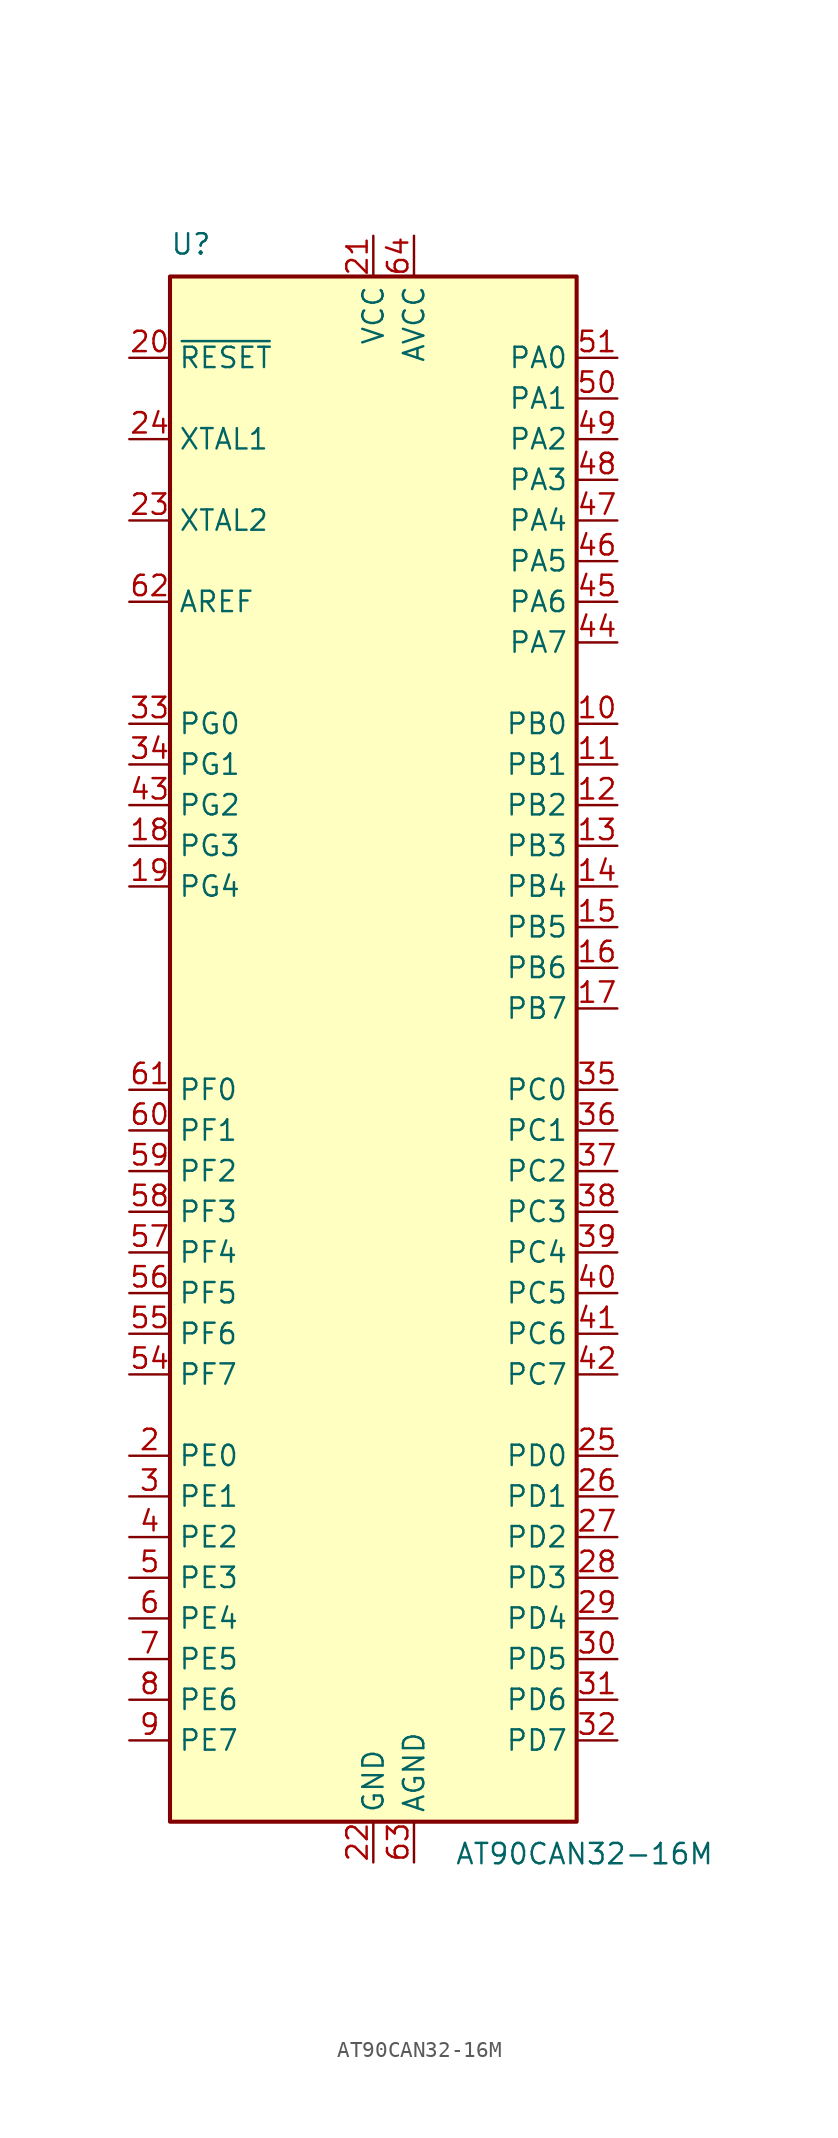
<source format=kicad_sym>
(kicad_symbol_lib
  (version 20201005)
  (generator kicad_symbol_editor)
  (symbol "AT90CAN32-16M"
    (property "Reference" "U"
      (at -12.7 49.53 0)
      (effects (font (size 1.27 1.27)) (justify left bottom)))
    (property "Value" "AT90CAN32-16M"
      (at 5.08 -49.53 0)
      (effects (font (size 1.27 1.27)) (justify left top)))
    (symbol "AT90CAN32-16M_0_1"
      (rectangle (start -12.7 -48.26) (end 12.7 48.26) (stroke (width 0.254)) (fill (type background))))
    (symbol "AT90CAN32-16M_1_1"
      (pin no_connect line (at -12.7 -45.72 0) (length 2.54) hide (name "NC" (effects (font (size 1.27 1.27)))) (number "1" (effects (font (size 1.27 1.27)))))
      (pin bidirectional line (at 15.24 20.32 180) (length 2.54) (name "PB0" (effects (font (size 1.27 1.27)))) (number "10" (effects (font (size 1.27 1.27)))))
      (pin bidirectional line (at 15.24 17.78 180) (length 2.54) (name "PB1" (effects (font (size 1.27 1.27)))) (number "11" (effects (font (size 1.27 1.27)))))
      (pin bidirectional line (at 15.24 15.24 180) (length 2.54) (name "PB2" (effects (font (size 1.27 1.27)))) (number "12" (effects (font (size 1.27 1.27)))))
      (pin bidirectional line (at 15.24 12.7 180) (length 2.54) (name "PB3" (effects (font (size 1.27 1.27)))) (number "13" (effects (font (size 1.27 1.27)))))
      (pin bidirectional line (at 15.24 10.16 180) (length 2.54) (name "PB4" (effects (font (size 1.27 1.27)))) (number "14" (effects (font (size 1.27 1.27)))))
      (pin bidirectional line (at 15.24 7.62 180) (length 2.54) (name "PB5" (effects (font (size 1.27 1.27)))) (number "15" (effects (font (size 1.27 1.27)))))
      (pin bidirectional line (at 15.24 5.08 180) (length 2.54) (name "PB6" (effects (font (size 1.27 1.27)))) (number "16" (effects (font (size 1.27 1.27)))))
      (pin bidirectional line (at 15.24 2.54 180) (length 2.54) (name "PB7" (effects (font (size 1.27 1.27)))) (number "17" (effects (font (size 1.27 1.27)))))
      (pin bidirectional line (at -15.24 12.7 0) (length 2.54) (name "PG3" (effects (font (size 1.27 1.27)))) (number "18" (effects (font (size 1.27 1.27)))))
      (pin bidirectional line (at -15.24 10.16 0) (length 2.54) (name "PG4" (effects (font (size 1.27 1.27)))) (number "19" (effects (font (size 1.27 1.27)))))
      (pin bidirectional line (at -15.24 -25.4 0) (length 2.54) (name "PE0" (effects (font (size 1.27 1.27)))) (number "2" (effects (font (size 1.27 1.27)))))
      (pin input line (at -15.24 43.18 0) (length 2.54) (name "~RESET" (effects (font (size 1.27 1.27)))) (number "20" (effects (font (size 1.27 1.27)))))
      (pin power_in line (at 0 50.8 270) (length 2.54) (name "VCC" (effects (font (size 1.27 1.27)))) (number "21" (effects (font (size 1.27 1.27)))))
      (pin power_in line (at 0 -50.8 90) (length 2.54) (name "GND" (effects (font (size 1.27 1.27)))) (number "22" (effects (font (size 1.27 1.27)))))
      (pin output line (at -15.24 33.02 0) (length 2.54) (name "XTAL2" (effects (font (size 1.27 1.27)))) (number "23" (effects (font (size 1.27 1.27)))))
      (pin input line (at -15.24 38.1 0) (length 2.54) (name "XTAL1" (effects (font (size 1.27 1.27)))) (number "24" (effects (font (size 1.27 1.27)))))
      (pin bidirectional line (at 15.24 -25.4 180) (length 2.54) (name "PD0" (effects (font (size 1.27 1.27)))) (number "25" (effects (font (size 1.27 1.27)))))
      (pin bidirectional line (at 15.24 -27.94 180) (length 2.54) (name "PD1" (effects (font (size 1.27 1.27)))) (number "26" (effects (font (size 1.27 1.27)))))
      (pin bidirectional line (at 15.24 -30.48 180) (length 2.54) (name "PD2" (effects (font (size 1.27 1.27)))) (number "27" (effects (font (size 1.27 1.27)))))
      (pin bidirectional line (at 15.24 -33.02 180) (length 2.54) (name "PD3" (effects (font (size 1.27 1.27)))) (number "28" (effects (font (size 1.27 1.27)))))
      (pin bidirectional line (at 15.24 -35.56 180) (length 2.54) (name "PD4" (effects (font (size 1.27 1.27)))) (number "29" (effects (font (size 1.27 1.27)))))
      (pin bidirectional line (at -15.24 -27.94 0) (length 2.54) (name "PE1" (effects (font (size 1.27 1.27)))) (number "3" (effects (font (size 1.27 1.27)))))
      (pin bidirectional line (at 15.24 -38.1 180) (length 2.54) (name "PD5" (effects (font (size 1.27 1.27)))) (number "30" (effects (font (size 1.27 1.27)))))
      (pin bidirectional line (at 15.24 -40.64 180) (length 2.54) (name "PD6" (effects (font (size 1.27 1.27)))) (number "31" (effects (font (size 1.27 1.27)))))
      (pin bidirectional line (at 15.24 -43.18 180) (length 2.54) (name "PD7" (effects (font (size 1.27 1.27)))) (number "32" (effects (font (size 1.27 1.27)))))
      (pin bidirectional line (at -15.24 20.32 0) (length 2.54) (name "PG0" (effects (font (size 1.27 1.27)))) (number "33" (effects (font (size 1.27 1.27)))))
      (pin bidirectional line (at -15.24 17.78 0) (length 2.54) (name "PG1" (effects (font (size 1.27 1.27)))) (number "34" (effects (font (size 1.27 1.27)))))
      (pin bidirectional line (at 15.24 -2.54 180) (length 2.54) (name "PC0" (effects (font (size 1.27 1.27)))) (number "35" (effects (font (size 1.27 1.27)))))
      (pin bidirectional line (at 15.24 -5.08 180) (length 2.54) (name "PC1" (effects (font (size 1.27 1.27)))) (number "36" (effects (font (size 1.27 1.27)))))
      (pin bidirectional line (at 15.24 -7.62 180) (length 2.54) (name "PC2" (effects (font (size 1.27 1.27)))) (number "37" (effects (font (size 1.27 1.27)))))
      (pin bidirectional line (at 15.24 -10.16 180) (length 2.54) (name "PC3" (effects (font (size 1.27 1.27)))) (number "38" (effects (font (size 1.27 1.27)))))
      (pin bidirectional line (at 15.24 -12.7 180) (length 2.54) (name "PC4" (effects (font (size 1.27 1.27)))) (number "39" (effects (font (size 1.27 1.27)))))
      (pin bidirectional line (at -15.24 -30.48 0) (length 2.54) (name "PE2" (effects (font (size 1.27 1.27)))) (number "4" (effects (font (size 1.27 1.27)))))
      (pin bidirectional line (at 15.24 -15.24 180) (length 2.54) (name "PC5" (effects (font (size 1.27 1.27)))) (number "40" (effects (font (size 1.27 1.27)))))
      (pin bidirectional line (at 15.24 -17.78 180) (length 2.54) (name "PC6" (effects (font (size 1.27 1.27)))) (number "41" (effects (font (size 1.27 1.27)))))
      (pin bidirectional line (at 15.24 -20.32 180) (length 2.54) (name "PC7" (effects (font (size 1.27 1.27)))) (number "42" (effects (font (size 1.27 1.27)))))
      (pin bidirectional line (at -15.24 15.24 0) (length 2.54) (name "PG2" (effects (font (size 1.27 1.27)))) (number "43" (effects (font (size 1.27 1.27)))))
      (pin bidirectional line (at 15.24 25.4 180) (length 2.54) (name "PA7" (effects (font (size 1.27 1.27)))) (number "44" (effects (font (size 1.27 1.27)))))
      (pin bidirectional line (at 15.24 27.94 180) (length 2.54) (name "PA6" (effects (font (size 1.27 1.27)))) (number "45" (effects (font (size 1.27 1.27)))))
      (pin bidirectional line (at 15.24 30.48 180) (length 2.54) (name "PA5" (effects (font (size 1.27 1.27)))) (number "46" (effects (font (size 1.27 1.27)))))
      (pin bidirectional line (at 15.24 33.02 180) (length 2.54) (name "PA4" (effects (font (size 1.27 1.27)))) (number "47" (effects (font (size 1.27 1.27)))))
      (pin bidirectional line (at 15.24 35.56 180) (length 2.54) (name "PA3" (effects (font (size 1.27 1.27)))) (number "48" (effects (font (size 1.27 1.27)))))
      (pin bidirectional line (at 15.24 38.1 180) (length 2.54) (name "PA2" (effects (font (size 1.27 1.27)))) (number "49" (effects (font (size 1.27 1.27)))))
      (pin bidirectional line (at -15.24 -33.02 0) (length 2.54) (name "PE3" (effects (font (size 1.27 1.27)))) (number "5" (effects (font (size 1.27 1.27)))))
      (pin bidirectional line (at 15.24 40.64 180) (length 2.54) (name "PA1" (effects (font (size 1.27 1.27)))) (number "50" (effects (font (size 1.27 1.27)))))
      (pin bidirectional line (at 15.24 43.18 180) (length 2.54) (name "PA0" (effects (font (size 1.27 1.27)))) (number "51" (effects (font (size 1.27 1.27)))))
      (pin passive line (at 0 50.8 270) (length 2.54) hide (name "VCC" (effects (font (size 1.27 1.27)))) (number "52" (effects (font (size 1.27 1.27)))))
      (pin passive line (at 0 -50.8 90) (length 2.54) hide (name "GND" (effects (font (size 1.27 1.27)))) (number "53" (effects (font (size 1.27 1.27)))))
      (pin bidirectional line (at -15.24 -20.32 0) (length 2.54) (name "PF7" (effects (font (size 1.27 1.27)))) (number "54" (effects (font (size 1.27 1.27)))))
      (pin bidirectional line (at -15.24 -17.78 0) (length 2.54) (name "PF6" (effects (font (size 1.27 1.27)))) (number "55" (effects (font (size 1.27 1.27)))))
      (pin bidirectional line (at -15.24 -15.24 0) (length 2.54) (name "PF5" (effects (font (size 1.27 1.27)))) (number "56" (effects (font (size 1.27 1.27)))))
      (pin bidirectional line (at -15.24 -12.7 0) (length 2.54) (name "PF4" (effects (font (size 1.27 1.27)))) (number "57" (effects (font (size 1.27 1.27)))))
      (pin bidirectional line (at -15.24 -10.16 0) (length 2.54) (name "PF3" (effects (font (size 1.27 1.27)))) (number "58" (effects (font (size 1.27 1.27)))))
      (pin bidirectional line (at -15.24 -7.62 0) (length 2.54) (name "PF2" (effects (font (size 1.27 1.27)))) (number "59" (effects (font (size 1.27 1.27)))))
      (pin bidirectional line (at -15.24 -35.56 0) (length 2.54) (name "PE4" (effects (font (size 1.27 1.27)))) (number "6" (effects (font (size 1.27 1.27)))))
      (pin bidirectional line (at -15.24 -5.08 0) (length 2.54) (name "PF1" (effects (font (size 1.27 1.27)))) (number "60" (effects (font (size 1.27 1.27)))))
      (pin bidirectional line (at -15.24 -2.54 0) (length 2.54) (name "PF0" (effects (font (size 1.27 1.27)))) (number "61" (effects (font (size 1.27 1.27)))))
      (pin passive line (at -15.24 27.94 0) (length 2.54) (name "AREF" (effects (font (size 1.27 1.27)))) (number "62" (effects (font (size 1.27 1.27)))))
      (pin power_in line (at 2.54 -50.8 90) (length 2.54) (name "AGND" (effects (font (size 1.27 1.27)))) (number "63" (effects (font (size 1.27 1.27)))))
      (pin power_in line (at 2.54 50.8 270) (length 2.54) (name "AVCC" (effects (font (size 1.27 1.27)))) (number "64" (effects (font (size 1.27 1.27)))))
      (pin passive line (at 0 -50.8 90) (length 2.54) hide (name "GND" (effects (font (size 1.27 1.27)))) (number "65" (effects (font (size 1.27 1.27)))))
      (pin bidirectional line (at -15.24 -38.1 0) (length 2.54) (name "PE5" (effects (font (size 1.27 1.27)))) (number "7" (effects (font (size 1.27 1.27)))))
      (pin bidirectional line (at -15.24 -40.64 0) (length 2.54) (name "PE6" (effects (font (size 1.27 1.27)))) (number "8" (effects (font (size 1.27 1.27)))))
      (pin bidirectional line (at -15.24 -43.18 0) (length 2.54) (name "PE7" (effects (font (size 1.27 1.27)))) (number "9" (effects (font (size 1.27 1.27))))))))
</source>
